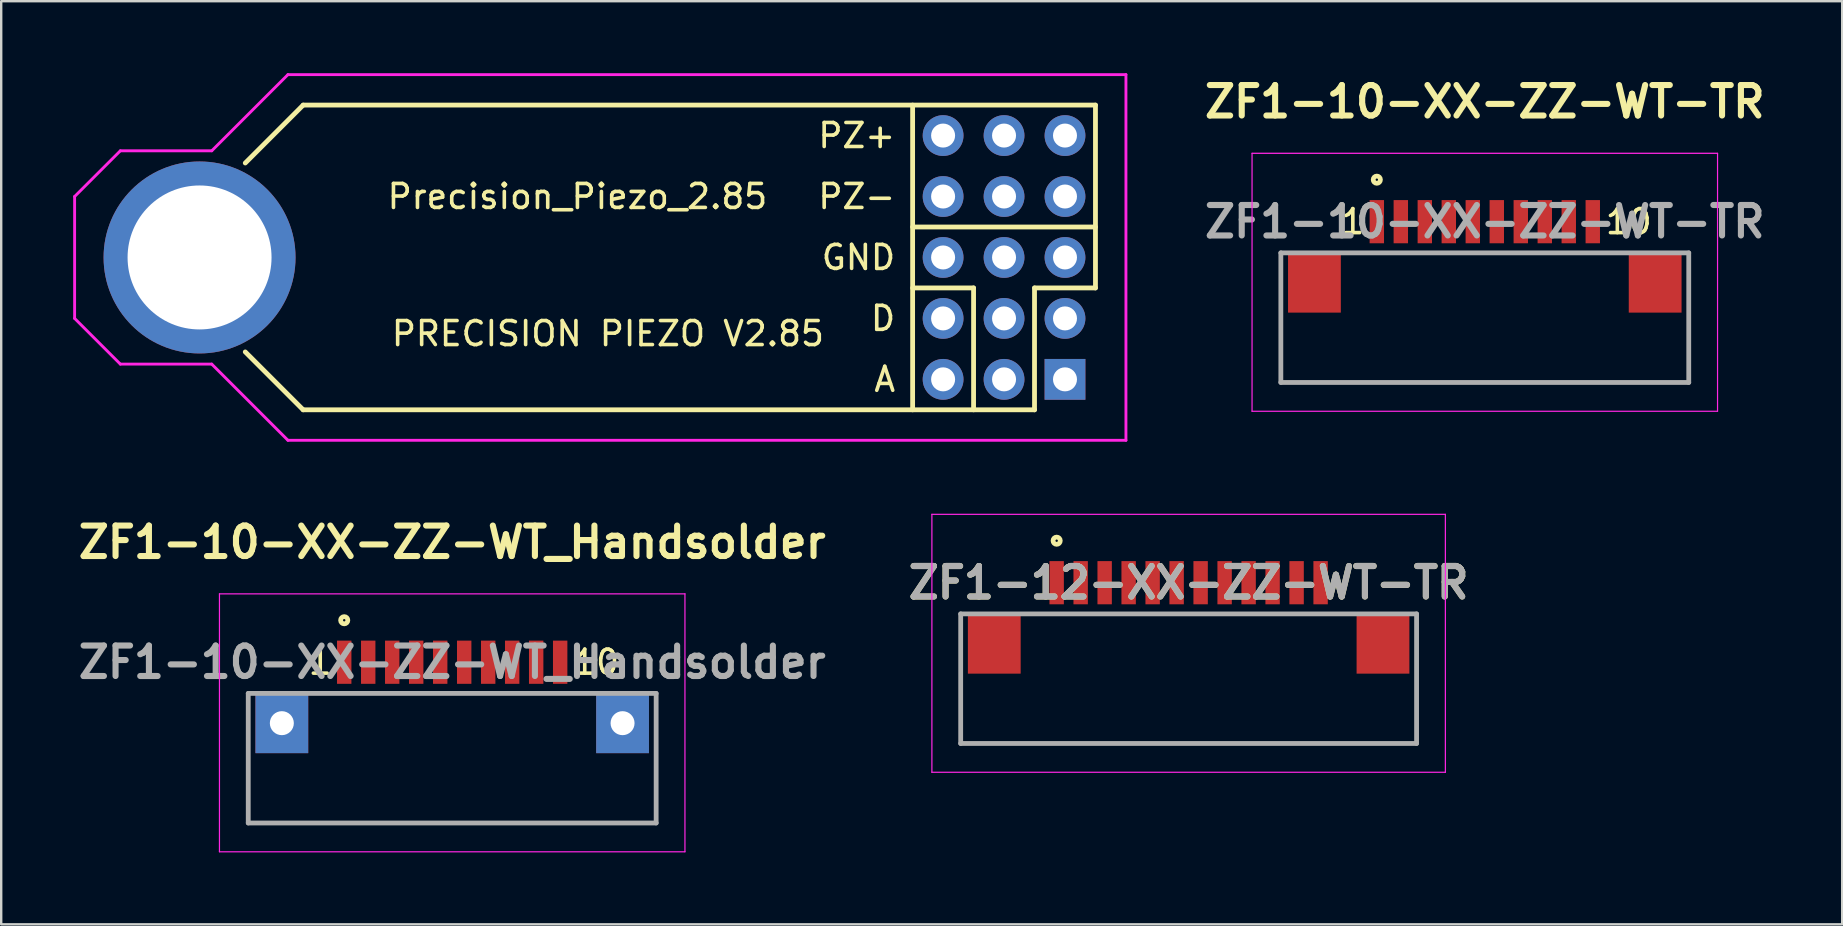
<source format=kicad_pcb>
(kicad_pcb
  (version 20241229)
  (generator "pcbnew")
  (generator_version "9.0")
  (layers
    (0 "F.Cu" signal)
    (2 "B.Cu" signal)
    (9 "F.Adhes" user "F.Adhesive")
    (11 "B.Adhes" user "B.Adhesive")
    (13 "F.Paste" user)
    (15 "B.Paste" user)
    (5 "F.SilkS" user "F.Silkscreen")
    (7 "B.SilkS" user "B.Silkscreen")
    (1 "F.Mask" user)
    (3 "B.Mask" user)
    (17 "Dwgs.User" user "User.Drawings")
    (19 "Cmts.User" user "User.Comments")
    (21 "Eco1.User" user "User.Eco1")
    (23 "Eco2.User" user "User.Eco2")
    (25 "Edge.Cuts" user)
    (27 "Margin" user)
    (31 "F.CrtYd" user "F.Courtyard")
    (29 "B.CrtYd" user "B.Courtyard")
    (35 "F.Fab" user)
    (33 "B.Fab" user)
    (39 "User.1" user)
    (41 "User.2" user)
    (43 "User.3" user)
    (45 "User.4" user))
  (footprint "ZF1-10-XX-ZZ-WT_Handsolder"
    (layer "F.Cu")
    (at 15.796 24.549)
    (property "Reference" "ZF1-10-XX-ZZ-WT_Handsolder" (at 0 -5 0) (layer "F.SilkS") (effects (font (size 1.27 1.27) (thickness 0.254))))
    (attr smd)
    (fp_line (start -8.5 6.7) (end -8.5 1.3) (stroke (width 0.1) (type solid)) (layer "F.SilkS"))
    (fp_line (start 8.5 1.3) (end 8.5 6.7) (stroke (width 0.1) (type solid)) (layer "F.SilkS"))
    (fp_line (start 8.5 6.7) (end -8.5 6.7) (stroke (width 0.1) (type solid)) (layer "F.SilkS"))
    (fp_circle (center -4.5 -1.75) (end -4.5 -1.7) (stroke (width 0.2) (type solid)) (fill no) (layer "F.SilkS"))
    (fp_line (start -9.7 -2.85) (end 9.7 -2.85) (stroke (width 0.05) (type solid)) (layer "F.CrtYd"))
    (fp_line (start -9.7 7.9) (end -9.7 -2.85) (stroke (width 0.05) (type solid)) (layer "F.CrtYd"))
    (fp_line (start 9.7 -2.85) (end 9.7 7.9) (stroke (width 0.05) (type solid)) (layer "F.CrtYd"))
    (fp_line (start 9.7 7.9) (end -9.7 7.9) (stroke (width 0.05) (type solid)) (layer "F.CrtYd"))
    (fp_line (start -8.5 1.3) (end 8.5 1.3) (stroke (width 0.2) (type solid)) (layer "F.Fab"))
    (fp_line (start -8.5 6.7) (end -8.5 1.3) (stroke (width 0.2) (type solid)) (layer "F.Fab"))
    (fp_line (start 8.5 1.3) (end 8.5 6.7) (stroke (width 0.2) (type solid)) (layer "F.Fab"))
    (fp_line (start 8.5 6.7) (end -8.5 6.7) (stroke (width 0.2) (type solid)) (layer "F.Fab"))
    (fp_text user "10" (at 6 0 0) (layer "F.SilkS") (effects (font (size 1 1) (thickness 0.15))))
    (fp_text user "1" (at -5.5 0 0) (layer "F.SilkS") (effects (font (size 1 1) (thickness 0.15))))
    (fp_text user "${REFERENCE}" (at 0 0 0) (layer "F.Fab") (effects (font (size 1.27 1.27) (thickness 0.254))))
    (pad "1" smd rect (at -4.5 0) (size 0.6 1.8) (layers "F.Cu" "F.Mask" "F.Paste"))
    (pad "2" smd rect (at -3.5 0) (size 0.6 1.8) (layers "F.Cu" "F.Mask" "F.Paste"))
    (pad "3" smd rect (at -2.5 0) (size 0.6 1.8) (layers "F.Cu" "F.Mask" "F.Paste"))
    (pad "4" smd rect (at -1.5 0) (size 0.6 1.8) (layers "F.Cu" "F.Mask" "F.Paste"))
    (pad "5" smd rect (at -0.5 0) (size 0.6 1.8) (layers "F.Cu" "F.Mask" "F.Paste"))
    (pad "6" smd rect (at 0.5 0) (size 0.6 1.8) (layers "F.Cu" "F.Mask" "F.Paste"))
    (pad "7" smd rect (at 1.5 0) (size 0.6 1.8) (layers "F.Cu" "F.Mask" "F.Paste"))
    (pad "8" smd rect (at 2.5 0) (size 0.6 1.8) (layers "F.Cu" "F.Mask" "F.Paste"))
    (pad "9" smd rect (at 3.5 0) (size 0.6 1.8) (layers "F.Cu" "F.Mask" "F.Paste"))
    (pad "10" smd rect (at 4.5 0) (size 0.6 1.8) (layers "F.Cu" "F.Mask" "F.Paste"))
    (pad "11" thru_hole rect (at -7.1 2.54) (size 2.2 2.5) (drill 1) (layers "*.Cu" "*.Mask"))
    (pad "12" thru_hole rect (at 7.1 2.54) (size 2.2 2.5) (drill 1) (layers "*.Cu" "*.Mask")))
  (footprint "ZF1-12-XX-ZZ-WT-TR"
    (layer "F.Cu")
    (at 46.488 21.235)
    (property "Reference" "ZF1-12-XX-ZZ-WT-TR" (at 0 0 0) (layer "F.SilkS") (effects (font (size 1.27 1.27) (thickness 0.254))))
    (attr smd)
    (fp_line (start -9.5 6.7) (end -9.5 1.3) (stroke (width 0.1) (type solid)) (layer "F.SilkS"))
    (fp_line (start 9.5 1.3) (end 9.5 6.7) (stroke (width 0.1) (type solid)) (layer "F.SilkS"))
    (fp_line (start 9.5 6.7) (end -9.5 6.7) (stroke (width 0.1) (type solid)) (layer "F.SilkS"))
    (fp_circle (center -5.5 -1.75) (end -5.5 -1.7) (stroke (width 0.2) (type solid)) (fill no) (layer "F.SilkS"))
    (fp_line (start -10.7 -2.85) (end 10.7 -2.85) (stroke (width 0.05) (type solid)) (layer "F.CrtYd"))
    (fp_line (start -10.7 7.9) (end -10.7 -2.85) (stroke (width 0.05) (type solid)) (layer "F.CrtYd"))
    (fp_line (start 10.7 -2.85) (end 10.7 7.9) (stroke (width 0.05) (type solid)) (layer "F.CrtYd"))
    (fp_line (start 10.7 7.9) (end -10.7 7.9) (stroke (width 0.05) (type solid)) (layer "F.CrtYd"))
    (fp_line (start -9.5 1.3) (end 9.5 1.3) (stroke (width 0.2) (type solid)) (layer "F.Fab"))
    (fp_line (start -9.5 6.7) (end -9.5 1.3) (stroke (width 0.2) (type solid)) (layer "F.Fab"))
    (fp_line (start 9.5 1.3) (end 9.5 6.7) (stroke (width 0.2) (type solid)) (layer "F.Fab"))
    (fp_line (start 9.5 6.7) (end -9.5 6.7) (stroke (width 0.2) (type solid)) (layer "F.Fab"))
    (fp_text user "${REFERENCE}" (at 0 0 0) (layer "F.Fab") (effects (font (size 1.27 1.27) (thickness 0.254))))
    (pad "1" smd rect (at -5.5 0) (size 0.6 1.8) (layers "F.Cu" "F.Mask" "F.Paste"))
    (pad "2" smd rect (at -4.5 0) (size 0.6 1.8) (layers "F.Cu" "F.Mask" "F.Paste"))
    (pad "3" smd rect (at -3.5 0) (size 0.6 1.8) (layers "F.Cu" "F.Mask" "F.Paste"))
    (pad "4" smd rect (at -2.5 0) (size 0.6 1.8) (layers "F.Cu" "F.Mask" "F.Paste"))
    (pad "5" smd rect (at -1.5 0) (size 0.6 1.8) (layers "F.Cu" "F.Mask" "F.Paste"))
    (pad "6" smd rect (at -0.5 0) (size 0.6 1.8) (layers "F.Cu" "F.Mask" "F.Paste"))
    (pad "7" smd rect (at 0.5 0) (size 0.6 1.8) (layers "F.Cu" "F.Mask" "F.Paste"))
    (pad "8" smd rect (at 1.5 0) (size 0.6 1.8) (layers "F.Cu" "F.Mask" "F.Paste"))
    (pad "9" smd rect (at 2.5 0) (size 0.6 1.8) (layers "F.Cu" "F.Mask" "F.Paste"))
    (pad "10" smd rect (at 3.5 0) (size 0.6 1.8) (layers "F.Cu" "F.Mask" "F.Paste"))
    (pad "11" smd rect (at 4.5 0) (size 0.6 1.8) (layers "F.Cu" "F.Mask" "F.Paste"))
    (pad "12" smd rect (at 5.5 0) (size 0.6 1.8) (layers "F.Cu" "F.Mask" "F.Paste"))
    (pad "13" smd rect (at -8.1 2.54) (size 2.2 2.5) (layers "F.Cu" "F.Mask" "F.Paste"))
    (pad "14" smd rect (at 8.1 2.54) (size 2.2 2.5) (layers "F.Cu" "F.Mask" "F.Paste")))
  (footprint "ZF1-10-XX-ZZ-WT-TR"
    (layer "F.Cu")
    (at 58.831 6.189)
    (property "Reference" "ZF1-10-XX-ZZ-WT-TR" (at 0 -5 0) (layer "F.SilkS") (effects (font (size 1.27 1.27) (thickness 0.254))))
    (attr smd)
    (fp_line (start -8.5 6.7) (end -8.5 1.3) (stroke (width 0.1) (type solid)) (layer "F.SilkS"))
    (fp_line (start 8.5 1.3) (end 8.5 6.7) (stroke (width 0.1) (type solid)) (layer "F.SilkS"))
    (fp_line (start 8.5 6.7) (end -8.5 6.7) (stroke (width 0.1) (type solid)) (layer "F.SilkS"))
    (fp_circle (center -4.5 -1.75) (end -4.5 -1.7) (stroke (width 0.2) (type solid)) (fill no) (layer "F.SilkS"))
    (fp_line (start -9.7 -2.85) (end 9.7 -2.85) (stroke (width 0.05) (type solid)) (layer "F.CrtYd"))
    (fp_line (start -9.7 7.9) (end -9.7 -2.85) (stroke (width 0.05) (type solid)) (layer "F.CrtYd"))
    (fp_line (start 9.7 -2.85) (end 9.7 7.9) (stroke (width 0.05) (type solid)) (layer "F.CrtYd"))
    (fp_line (start 9.7 7.9) (end -9.7 7.9) (stroke (width 0.05) (type solid)) (layer "F.CrtYd"))
    (fp_line (start -8.5 1.3) (end 8.5 1.3) (stroke (width 0.2) (type solid)) (layer "F.Fab"))
    (fp_line (start -8.5 6.7) (end -8.5 1.3) (stroke (width 0.2) (type solid)) (layer "F.Fab"))
    (fp_line (start 8.5 1.3) (end 8.5 6.7) (stroke (width 0.2) (type solid)) (layer "F.Fab"))
    (fp_line (start 8.5 6.7) (end -8.5 6.7) (stroke (width 0.2) (type solid)) (layer "F.Fab"))
    (fp_text user "10" (at 6 0 0) (layer "F.SilkS") (effects (font (size 1 1) (thickness 0.15))))
    (fp_text user "1" (at -5.5 0 0) (layer "F.SilkS") (effects (font (size 1 1) (thickness 0.15))))
    (fp_text user "${REFERENCE}" (at 0 0 0) (layer "F.Fab") (effects (font (size 1.27 1.27) (thickness 0.254))))
    (pad "1" smd rect (at -4.5 0) (size 0.6 1.8) (layers "F.Cu" "F.Mask" "F.Paste"))
    (pad "2" smd rect (at -3.5 0) (size 0.6 1.8) (layers "F.Cu" "F.Mask" "F.Paste"))
    (pad "3" smd rect (at -2.5 0) (size 0.6 1.8) (layers "F.Cu" "F.Mask" "F.Paste"))
    (pad "4" smd rect (at -1.5 0) (size 0.6 1.8) (layers "F.Cu" "F.Mask" "F.Paste"))
    (pad "5" smd rect (at -0.5 0) (size 0.6 1.8) (layers "F.Cu" "F.Mask" "F.Paste"))
    (pad "6" smd rect (at 0.5 0) (size 0.6 1.8) (layers "F.Cu" "F.Mask" "F.Paste"))
    (pad "7" smd rect (at 1.5 0) (size 0.6 1.8) (layers "F.Cu" "F.Mask" "F.Paste"))
    (pad "8" smd rect (at 2.5 0) (size 0.6 1.8) (layers "F.Cu" "F.Mask" "F.Paste"))
    (pad "9" smd rect (at 3.5 0) (size 0.6 1.8) (layers "F.Cu" "F.Mask" "F.Paste"))
    (pad "10" smd rect (at 4.5 0) (size 0.6 1.8) (layers "F.Cu" "F.Mask" "F.Paste"))
    (pad "11" smd rect (at -7.1 2.54) (size 2.2 2.5) (layers "F.Cu" "F.Mask" "F.Paste"))
    (pad "12" smd rect (at 7.1 2.54) (size 2.2 2.5) (layers "F.Cu" "F.Mask" "F.Paste")))
  (footprint "Precision_Piezo_2.85"
    (layer "F.Cu")
    (at 36.255 7.68)
    (property "Reference" "Precision_Piezo_2.85" (at -15.24 -2.54 0) (layer "F.SilkS") (effects (font (size 1 1) (thickness 0.15))))
    (attr through_hole)
    (fp_line (start -26.67 -6.35) (end -29.083 -3.937) (stroke (width 0.2) (type solid)) (layer "F.SilkS"))
    (fp_line (start -26.67 6.35) (end -29.083 3.937) (stroke (width 0.2) (type solid)) (layer "F.SilkS"))
    (fp_line (start -1.27 -6.35) (end -1.27 6.35) (stroke (width 0.2) (type solid)) (layer "F.SilkS"))
    (fp_line (start -1.27 1.27) (end 1.27 1.27) (stroke (width 0.2) (type solid)) (layer "F.SilkS"))
    (fp_line (start 1.27 1.27) (end 1.27 6.35) (stroke (width 0.2) (type solid)) (layer "F.SilkS"))
    (fp_line (start 3.81 1.27) (end 3.81 6.35) (stroke (width 0.2) (type solid)) (layer "F.SilkS"))
    (fp_line (start 3.81 6.35) (end -26.67 6.35) (stroke (width 0.2) (type solid)) (layer "F.SilkS"))
    (fp_line (start 6.35 -6.35) (end -26.67 -6.35) (stroke (width 0.2) (type solid)) (layer "F.SilkS"))
    (fp_line (start 6.35 -6.35) (end 6.35 1.27) (stroke (width 0.2) (type solid)) (layer "F.SilkS"))
    (fp_line (start 6.35 -1.27) (end -1.27 -1.27) (stroke (width 0.2) (type solid)) (layer "F.SilkS"))
    (fp_line (start 6.35 1.27) (end 3.81 1.27) (stroke (width 0.2) (type solid)) (layer "F.SilkS"))
    (fp_line (start -36.195 -2.54) (end -36.195 2.54) (stroke (width 0.12) (type solid)) (layer "F.CrtYd"))
    (fp_line (start -36.195 2.54) (end -34.29 4.445) (stroke (width 0.12) (type solid)) (layer "F.CrtYd"))
    (fp_line (start -34.29 -4.445) (end -36.195 -2.54) (stroke (width 0.12) (type solid)) (layer "F.CrtYd"))
    (fp_line (start -34.29 4.445) (end -30.48 4.445) (stroke (width 0.12) (type solid)) (layer "F.CrtYd"))
    (fp_line (start -30.48 -4.445) (end -34.29 -4.445) (stroke (width 0.12) (type solid)) (layer "F.CrtYd"))
    (fp_line (start -30.48 4.445) (end -27.305 7.62) (stroke (width 0.12) (type solid)) (layer "F.CrtYd"))
    (fp_line (start -27.305 -7.62) (end -30.48 -4.445) (stroke (width 0.12) (type solid)) (layer "F.CrtYd"))
    (fp_line (start -27.305 7.62) (end 7.62 7.62) (stroke (width 0.12) (type solid)) (layer "F.CrtYd"))
    (fp_line (start 7.62 -7.62) (end -27.305 -7.62) (stroke (width 0.12) (type solid)) (layer "F.CrtYd"))
    (fp_line (start 7.62 7.62) (end 7.62 -7.62) (stroke (width 0.12) (type solid)) (layer "F.CrtYd"))
    (fp_text user "PRECISION PIEZO V2.85" (at -13.97 3.175 0) (layer "F.SilkS") (effects (font (size 1 1) (thickness 0.15))))
    (fp_text user "GND" (at -1.905 0 0) (layer "F.SilkS") (effects (font (size 1 1) (thickness 0.15)) (justify right)))
    (fp_text user "A" (at -1.905 5.08 0) (layer "F.SilkS") (effects (font (size 1 1) (thickness 0.15)) (justify right)))
    (fp_text user "PZ+" (at -1.905 -5.08 0) (layer "F.SilkS") (effects (font (size 1 1) (thickness 0.15)) (justify right)))
    (fp_text user "PZ-" (at -1.905 -2.54 0) (layer "F.SilkS") (effects (font (size 1 1) (thickness 0.15)) (justify right)))
    (fp_text user "D" (at -1.905 2.54 0) (layer "F.SilkS") (effects (font (size 1 1) (thickness 0.15)) (justify right)))
    (pad "" thru_hole circle (at -30.988 0) (size 8 8) (drill 6) (layers "*.Cu" "*.Mask"))
    (pad "1" thru_hole rect (at 5.08 5.08) (size 1.7 1.7) (drill 1) (layers "*.Cu" "*.Mask"))
    (pad "2" thru_hole oval (at 5.08 2.54) (size 1.7 1.7) (drill 1) (layers "*.Cu" "*.Mask"))
    (pad "3" thru_hole oval (at 5.08 0) (size 1.7 1.7) (drill 1) (layers "*.Cu" "*.Mask"))
    (pad "4" thru_hole oval (at 5.08 -2.54) (size 1.7 1.7) (drill 1) (layers "*.Cu" "*.Mask"))
    (pad "5" thru_hole oval (at 5.08 -5.08) (size 1.7 1.7) (drill 1) (layers "*.Cu" "*.Mask"))
    (pad "6" thru_hole oval (at 2.54 5.08) (size 1.7 1.7) (drill 1) (layers "*.Cu" "*.Mask"))
    (pad "7" thru_hole oval (at 2.54 2.54) (size 1.7 1.7) (drill 1) (layers "*.Cu" "*.Mask"))
    (pad "8" thru_hole oval (at 2.54 0) (size 1.7 1.7) (drill 1) (layers "*.Cu" "*.Mask"))
    (pad "9" thru_hole oval (at 2.54 -2.54) (size 1.7 1.7) (drill 1) (layers "*.Cu" "*.Mask"))
    (pad "10" thru_hole oval (at 2.54 -5.08) (size 1.7 1.7) (drill 1) (layers "*.Cu" "*.Mask"))
    (pad "11" thru_hole oval (at 0 5.08) (size 1.7 1.7) (drill 1) (layers "*.Cu" "*.Mask"))
    (pad "12" thru_hole oval (at 0 2.54) (size 1.7 1.7) (drill 1) (layers "*.Cu" "*.Mask"))
    (pad "13" thru_hole oval (at 0 0) (size 1.7 1.7) (drill 1) (layers "*.Cu" "*.Mask"))
    (pad "14" thru_hole oval (at 0 -2.54) (size 1.7 1.7) (drill 1) (layers "*.Cu" "*.Mask"))
    (pad "15" thru_hole oval (at 0 -5.08) (size 1.7 1.7) (drill 1) (layers "*.Cu" "*.Mask")))
  (gr_rect
    (start -3 -3)
    (end 73.726 35.474)
    (stroke (width 0.1) (type default))
    (fill no)
    (layer "Edge.Cuts")))
</source>
